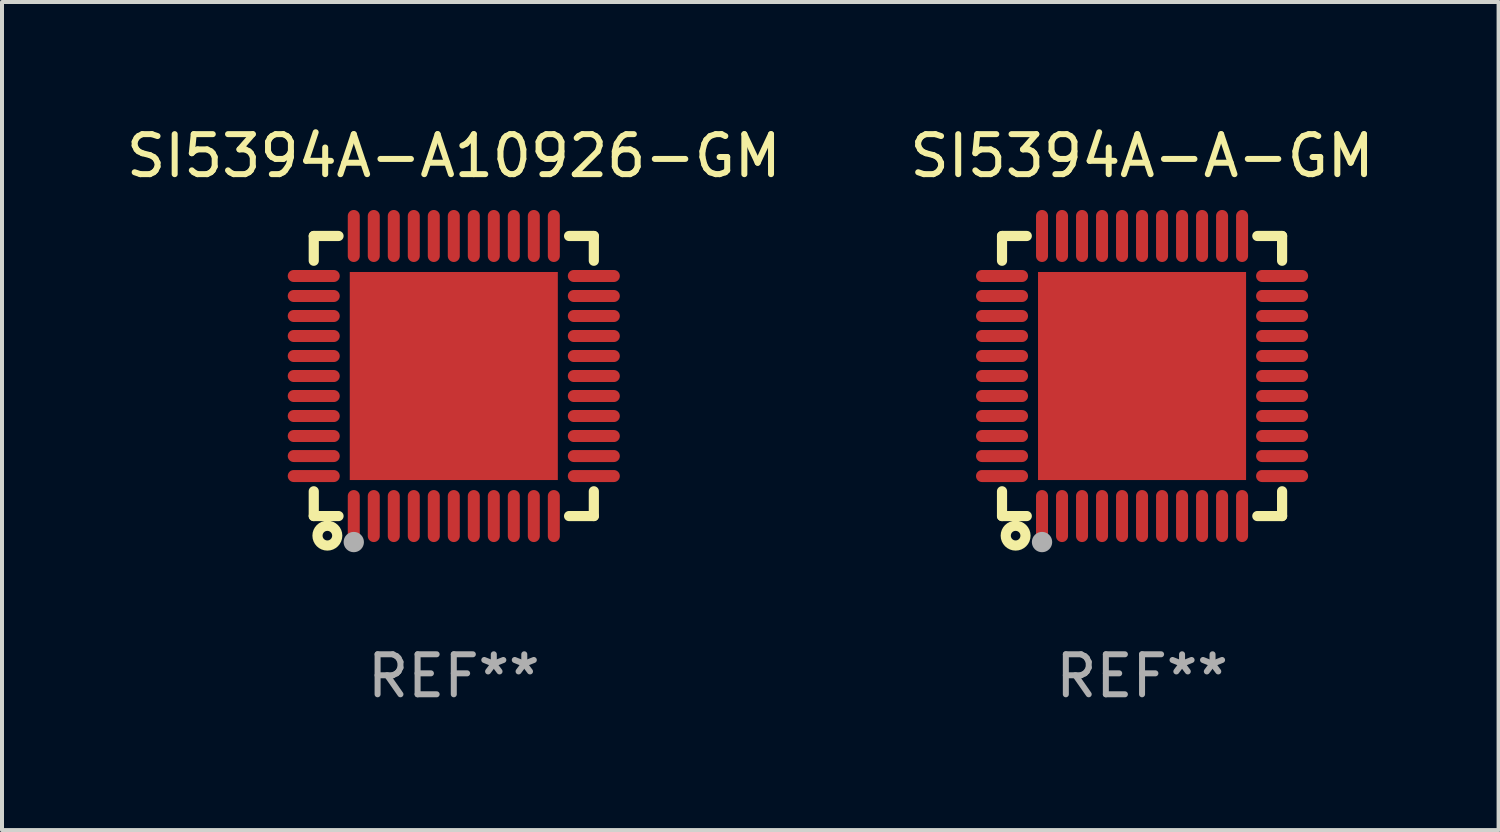
<source format=kicad_pcb>
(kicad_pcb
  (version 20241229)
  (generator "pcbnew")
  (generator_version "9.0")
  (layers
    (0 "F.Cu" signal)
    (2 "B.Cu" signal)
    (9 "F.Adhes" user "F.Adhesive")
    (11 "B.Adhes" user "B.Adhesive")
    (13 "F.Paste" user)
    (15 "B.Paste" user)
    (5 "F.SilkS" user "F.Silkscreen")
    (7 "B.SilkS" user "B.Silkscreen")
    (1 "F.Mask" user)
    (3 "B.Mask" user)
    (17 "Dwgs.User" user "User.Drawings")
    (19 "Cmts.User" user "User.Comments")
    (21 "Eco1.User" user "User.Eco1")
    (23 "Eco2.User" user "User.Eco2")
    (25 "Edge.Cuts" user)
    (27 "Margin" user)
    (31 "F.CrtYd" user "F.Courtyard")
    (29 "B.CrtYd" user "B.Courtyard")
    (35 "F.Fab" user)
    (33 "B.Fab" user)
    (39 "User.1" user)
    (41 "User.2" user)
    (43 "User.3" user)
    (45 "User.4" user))
  (footprint "SI5394A-A10926-GM"
    (layer "F.Cu")
    (at 8.292 6.348)
    (property "Reference" "SI5394A-A10926-GM" (at 0 -5.5 0) (layer "F.SilkS") (effects (font (size 1 1) (thickness 0.15))))
    (attr through_hole)
    (fp_line (start -3.5 -3.5) (end -2.881 -3.5) (stroke (width 0.254) (type solid)) (layer "F.SilkS"))
    (fp_line (start -3.5 -2.881) (end -3.5 -3.5) (stroke (width 0.254) (type solid)) (layer "F.SilkS"))
    (fp_line (start -3.5 3.5) (end -3.5 2.881) (stroke (width 0.254) (type solid)) (layer "F.SilkS"))
    (fp_line (start -2.881 3.5) (end -3.5 3.5) (stroke (width 0.254) (type solid)) (layer "F.SilkS"))
    (fp_line (start 2.881 -3.5) (end 3.5 -3.5) (stroke (width 0.254) (type solid)) (layer "F.SilkS"))
    (fp_line (start 3.5 -3.5) (end 3.5 -2.881) (stroke (width 0.254) (type solid)) (layer "F.SilkS"))
    (fp_line (start 3.5 2.881) (end 3.5 3.5) (stroke (width 0.254) (type solid)) (layer "F.SilkS"))
    (fp_line (start 3.5 3.5) (end 2.881 3.5) (stroke (width 0.254) (type solid)) (layer "F.SilkS"))
    (fp_circle (center -3.5 3.5) (end -3.47 3.5) (stroke (width 0.06) (type solid)) (fill no) (layer "F.SilkS"))
    (fp_circle (center -3.16 3.99) (end -3.04 3.99) (stroke (width 0.254) (type solid)) (fill no) (layer "F.SilkS"))
    (fp_circle (center -2.5 4.15) (end -2.373 4.15) (stroke (width 0.254) (type solid)) (fill no) (layer "F.Fab"))
    (fp_text user "REF**" (at 0 7.5 0) (layer "F.Fab") (effects (font (size 1 1) (thickness 0.15))))
    (pad "1" smd oval (at -2.5 3.5 90) (size 1.3 0.3) (layers "F.Cu" "F.Mask" "F.Paste"))
    (pad "2" smd oval (at -2 3.5 90) (size 1.3 0.3) (layers "F.Cu" "F.Mask" "F.Paste"))
    (pad "3" smd oval (at -1.5 3.5 90) (size 1.3 0.3) (layers "F.Cu" "F.Mask" "F.Paste"))
    (pad "4" smd oval (at -1 3.5 90) (size 1.3 0.3) (layers "F.Cu" "F.Mask" "F.Paste"))
    (pad "5" smd oval (at -0.5 3.5 90) (size 1.3 0.3) (layers "F.Cu" "F.Mask" "F.Paste"))
    (pad "6" smd oval (at -0.000127 3.5 90) (size 1.3 0.3) (layers "F.Cu" "F.Mask" "F.Paste"))
    (pad "7" smd oval (at 0.5 3.5 90) (size 1.3 0.3) (layers "F.Cu" "F.Mask" "F.Paste"))
    (pad "8" smd oval (at 1 3.5 90) (size 1.3 0.3) (layers "F.Cu" "F.Mask" "F.Paste"))
    (pad "9" smd oval (at 1.5 3.5 90) (size 1.3 0.3) (layers "F.Cu" "F.Mask" "F.Paste"))
    (pad "10" smd oval (at 2 3.5 90) (size 1.3 0.3) (layers "F.Cu" "F.Mask" "F.Paste"))
    (pad "11" smd oval (at 2.5 3.5 90) (size 1.3 0.3) (layers "F.Cu" "F.Mask" "F.Paste"))
    (pad "12" smd oval (at 3.5 2.5 90) (size 0.3 1.3) (layers "F.Cu" "F.Mask" "F.Paste"))
    (pad "13" smd oval (at 3.5 2 90) (size 0.3 1.3) (layers "F.Cu" "F.Mask" "F.Paste"))
    (pad "14" smd oval (at 3.5 1.5 90) (size 0.3 1.3) (layers "F.Cu" "F.Mask" "F.Paste"))
    (pad "15" smd oval (at 3.5 1 90) (size 0.3 1.3) (layers "F.Cu" "F.Mask" "F.Paste"))
    (pad "16" smd oval (at 3.5 0.5 90) (size 0.3 1.3) (layers "F.Cu" "F.Mask" "F.Paste"))
    (pad "17" smd oval (at 3.5 0.000127 90) (size 0.3 1.3) (layers "F.Cu" "F.Mask" "F.Paste"))
    (pad "18" smd oval (at 3.5 -0.5 90) (size 0.3 1.3) (layers "F.Cu" "F.Mask" "F.Paste"))
    (pad "19" smd oval (at 3.5 -1 90) (size 0.3 1.3) (layers "F.Cu" "F.Mask" "F.Paste"))
    (pad "20" smd oval (at 3.5 -1.5 90) (size 0.3 1.3) (layers "F.Cu" "F.Mask" "F.Paste"))
    (pad "21" smd oval (at 3.5 -2 90) (size 0.3 1.3) (layers "F.Cu" "F.Mask" "F.Paste"))
    (pad "22" smd oval (at 3.5 -2.5 90) (size 0.3 1.3) (layers "F.Cu" "F.Mask" "F.Paste"))
    (pad "23" smd oval (at 2.5 -3.5 90) (size 1.3 0.3) (layers "F.Cu" "F.Mask" "F.Paste"))
    (pad "24" smd oval (at 2 -3.5 90) (size 1.3 0.3) (layers "F.Cu" "F.Mask" "F.Paste"))
    (pad "25" smd oval (at 1.5 -3.5 90) (size 1.3 0.3) (layers "F.Cu" "F.Mask" "F.Paste"))
    (pad "26" smd oval (at 1 -3.5 90) (size 1.3 0.3) (layers "F.Cu" "F.Mask" "F.Paste"))
    (pad "27" smd oval (at 0.5 -3.5 90) (size 1.3 0.3) (layers "F.Cu" "F.Mask" "F.Paste"))
    (pad "28" smd oval (at -0.000127 -3.5 90) (size 1.3 0.3) (layers "F.Cu" "F.Mask" "F.Paste"))
    (pad "29" smd oval (at -0.5 -3.5 90) (size 1.3 0.3) (layers "F.Cu" "F.Mask" "F.Paste"))
    (pad "30" smd oval (at -1 -3.5 90) (size 1.3 0.3) (layers "F.Cu" "F.Mask" "F.Paste"))
    (pad "31" smd oval (at -1.5 -3.5 90) (size 1.3 0.3) (layers "F.Cu" "F.Mask" "F.Paste"))
    (pad "32" smd oval (at -2 -3.5 90) (size 1.3 0.3) (layers "F.Cu" "F.Mask" "F.Paste"))
    (pad "33" smd oval (at -2.5 -3.5 90) (size 1.3 0.3) (layers "F.Cu" "F.Mask" "F.Paste"))
    (pad "34" smd oval (at -3.5 -2.5 90) (size 0.3 1.3) (layers "F.Cu" "F.Mask" "F.Paste"))
    (pad "35" smd oval (at -3.5 -2 90) (size 0.3 1.3) (layers "F.Cu" "F.Mask" "F.Paste"))
    (pad "36" smd oval (at -3.5 -1.5 90) (size 0.3 1.3) (layers "F.Cu" "F.Mask" "F.Paste"))
    (pad "37" smd oval (at -3.5 -1 90) (size 0.3 1.3) (layers "F.Cu" "F.Mask" "F.Paste"))
    (pad "38" smd oval (at -3.5 -0.5 90) (size 0.3 1.3) (layers "F.Cu" "F.Mask" "F.Paste"))
    (pad "39" smd oval (at -3.5 0.000127 90) (size 0.3 1.3) (layers "F.Cu" "F.Mask" "F.Paste"))
    (pad "40" smd oval (at -3.5 0.5 90) (size 0.3 1.3) (layers "F.Cu" "F.Mask" "F.Paste"))
    (pad "41" smd oval (at -3.5 1 90) (size 0.3 1.3) (layers "F.Cu" "F.Mask" "F.Paste"))
    (pad "42" smd oval (at -3.5 1.5 90) (size 0.3 1.3) (layers "F.Cu" "F.Mask" "F.Paste"))
    (pad "43" smd oval (at -3.5 2 90) (size 0.3 1.3) (layers "F.Cu" "F.Mask" "F.Paste"))
    (pad "44" smd oval (at -3.5 2.5 90) (size 0.3 1.3) (layers "F.Cu" "F.Mask" "F.Paste"))
    (pad "45" smd rect (at -0.000127 0.000127 90) (size 5.2 5.2) (layers "F.Cu" "F.Mask" "F.Paste")))
  (footprint "SI5394A-A-GM"
    (layer "F.Cu")
    (at 25.494 6.348)
    (property "Reference" "SI5394A-A-GM" (at 0 -5.5 0) (layer "F.SilkS") (effects (font (size 1 1) (thickness 0.15))))
    (attr through_hole)
    (fp_line (start -3.5 -3.5) (end -2.881 -3.5) (stroke (width 0.254) (type solid)) (layer "F.SilkS"))
    (fp_line (start -3.5 -2.881) (end -3.5 -3.5) (stroke (width 0.254) (type solid)) (layer "F.SilkS"))
    (fp_line (start -3.5 3.5) (end -3.5 2.881) (stroke (width 0.254) (type solid)) (layer "F.SilkS"))
    (fp_line (start -2.881 3.5) (end -3.5 3.5) (stroke (width 0.254) (type solid)) (layer "F.SilkS"))
    (fp_line (start 2.881 -3.5) (end 3.5 -3.5) (stroke (width 0.254) (type solid)) (layer "F.SilkS"))
    (fp_line (start 3.5 -3.5) (end 3.5 -2.881) (stroke (width 0.254) (type solid)) (layer "F.SilkS"))
    (fp_line (start 3.5 2.881) (end 3.5 3.5) (stroke (width 0.254) (type solid)) (layer "F.SilkS"))
    (fp_line (start 3.5 3.5) (end 2.881 3.5) (stroke (width 0.254) (type solid)) (layer "F.SilkS"))
    (fp_circle (center -3.5 3.5) (end -3.47 3.5) (stroke (width 0.06) (type solid)) (fill no) (layer "F.SilkS"))
    (fp_circle (center -3.16 3.99) (end -3.04 3.99) (stroke (width 0.254) (type solid)) (fill no) (layer "F.SilkS"))
    (fp_circle (center -2.5 4.15) (end -2.373 4.15) (stroke (width 0.254) (type solid)) (fill no) (layer "F.Fab"))
    (fp_text user "REF**" (at 0 7.5 0) (layer "F.Fab") (effects (font (size 1 1) (thickness 0.15))))
    (pad "1" smd oval (at -2.5 3.5 90) (size 1.3 0.3) (layers "F.Cu" "F.Mask" "F.Paste"))
    (pad "2" smd oval (at -2 3.5 90) (size 1.3 0.3) (layers "F.Cu" "F.Mask" "F.Paste"))
    (pad "3" smd oval (at -1.5 3.5 90) (size 1.3 0.3) (layers "F.Cu" "F.Mask" "F.Paste"))
    (pad "4" smd oval (at -1 3.5 90) (size 1.3 0.3) (layers "F.Cu" "F.Mask" "F.Paste"))
    (pad "5" smd oval (at -0.5 3.5 90) (size 1.3 0.3) (layers "F.Cu" "F.Mask" "F.Paste"))
    (pad "6" smd oval (at -0.000127 3.5 90) (size 1.3 0.3) (layers "F.Cu" "F.Mask" "F.Paste"))
    (pad "7" smd oval (at 0.5 3.5 90) (size 1.3 0.3) (layers "F.Cu" "F.Mask" "F.Paste"))
    (pad "8" smd oval (at 1 3.5 90) (size 1.3 0.3) (layers "F.Cu" "F.Mask" "F.Paste"))
    (pad "9" smd oval (at 1.5 3.5 90) (size 1.3 0.3) (layers "F.Cu" "F.Mask" "F.Paste"))
    (pad "10" smd oval (at 2 3.5 90) (size 1.3 0.3) (layers "F.Cu" "F.Mask" "F.Paste"))
    (pad "11" smd oval (at 2.5 3.5 90) (size 1.3 0.3) (layers "F.Cu" "F.Mask" "F.Paste"))
    (pad "12" smd oval (at 3.5 2.5 90) (size 0.3 1.3) (layers "F.Cu" "F.Mask" "F.Paste"))
    (pad "13" smd oval (at 3.5 2 90) (size 0.3 1.3) (layers "F.Cu" "F.Mask" "F.Paste"))
    (pad "14" smd oval (at 3.5 1.5 90) (size 0.3 1.3) (layers "F.Cu" "F.Mask" "F.Paste"))
    (pad "15" smd oval (at 3.5 1 90) (size 0.3 1.3) (layers "F.Cu" "F.Mask" "F.Paste"))
    (pad "16" smd oval (at 3.5 0.5 90) (size 0.3 1.3) (layers "F.Cu" "F.Mask" "F.Paste"))
    (pad "17" smd oval (at 3.5 0.000127 90) (size 0.3 1.3) (layers "F.Cu" "F.Mask" "F.Paste"))
    (pad "18" smd oval (at 3.5 -0.5 90) (size 0.3 1.3) (layers "F.Cu" "F.Mask" "F.Paste"))
    (pad "19" smd oval (at 3.5 -1 90) (size 0.3 1.3) (layers "F.Cu" "F.Mask" "F.Paste"))
    (pad "20" smd oval (at 3.5 -1.5 90) (size 0.3 1.3) (layers "F.Cu" "F.Mask" "F.Paste"))
    (pad "21" smd oval (at 3.5 -2 90) (size 0.3 1.3) (layers "F.Cu" "F.Mask" "F.Paste"))
    (pad "22" smd oval (at 3.5 -2.5 90) (size 0.3 1.3) (layers "F.Cu" "F.Mask" "F.Paste"))
    (pad "23" smd oval (at 2.5 -3.5 90) (size 1.3 0.3) (layers "F.Cu" "F.Mask" "F.Paste"))
    (pad "24" smd oval (at 2 -3.5 90) (size 1.3 0.3) (layers "F.Cu" "F.Mask" "F.Paste"))
    (pad "25" smd oval (at 1.5 -3.5 90) (size 1.3 0.3) (layers "F.Cu" "F.Mask" "F.Paste"))
    (pad "26" smd oval (at 1 -3.5 90) (size 1.3 0.3) (layers "F.Cu" "F.Mask" "F.Paste"))
    (pad "27" smd oval (at 0.5 -3.5 90) (size 1.3 0.3) (layers "F.Cu" "F.Mask" "F.Paste"))
    (pad "28" smd oval (at -0.000127 -3.5 90) (size 1.3 0.3) (layers "F.Cu" "F.Mask" "F.Paste"))
    (pad "29" smd oval (at -0.5 -3.5 90) (size 1.3 0.3) (layers "F.Cu" "F.Mask" "F.Paste"))
    (pad "30" smd oval (at -1 -3.5 90) (size 1.3 0.3) (layers "F.Cu" "F.Mask" "F.Paste"))
    (pad "31" smd oval (at -1.5 -3.5 90) (size 1.3 0.3) (layers "F.Cu" "F.Mask" "F.Paste"))
    (pad "32" smd oval (at -2 -3.5 90) (size 1.3 0.3) (layers "F.Cu" "F.Mask" "F.Paste"))
    (pad "33" smd oval (at -2.5 -3.5 90) (size 1.3 0.3) (layers "F.Cu" "F.Mask" "F.Paste"))
    (pad "34" smd oval (at -3.5 -2.5 90) (size 0.3 1.3) (layers "F.Cu" "F.Mask" "F.Paste"))
    (pad "35" smd oval (at -3.5 -2 90) (size 0.3 1.3) (layers "F.Cu" "F.Mask" "F.Paste"))
    (pad "36" smd oval (at -3.5 -1.5 90) (size 0.3 1.3) (layers "F.Cu" "F.Mask" "F.Paste"))
    (pad "37" smd oval (at -3.5 -1 90) (size 0.3 1.3) (layers "F.Cu" "F.Mask" "F.Paste"))
    (pad "38" smd oval (at -3.5 -0.5 90) (size 0.3 1.3) (layers "F.Cu" "F.Mask" "F.Paste"))
    (pad "39" smd oval (at -3.5 0.000127 90) (size 0.3 1.3) (layers "F.Cu" "F.Mask" "F.Paste"))
    (pad "40" smd oval (at -3.5 0.5 90) (size 0.3 1.3) (layers "F.Cu" "F.Mask" "F.Paste"))
    (pad "41" smd oval (at -3.5 1 90) (size 0.3 1.3) (layers "F.Cu" "F.Mask" "F.Paste"))
    (pad "42" smd oval (at -3.5 1.5 90) (size 0.3 1.3) (layers "F.Cu" "F.Mask" "F.Paste"))
    (pad "43" smd oval (at -3.5 2 90) (size 0.3 1.3) (layers "F.Cu" "F.Mask" "F.Paste"))
    (pad "44" smd oval (at -3.5 2.5 90) (size 0.3 1.3) (layers "F.Cu" "F.Mask" "F.Paste"))
    (pad "45" smd rect (at -0.000127 0.000127 90) (size 5.2 5.2) (layers "F.Cu" "F.Mask" "F.Paste")))
  (gr_rect
    (start -3 -3)
    (end 34.405 17.697)
    (stroke (width 0.1) (type default))
    (fill no)
    (layer "Edge.Cuts")))
</source>
